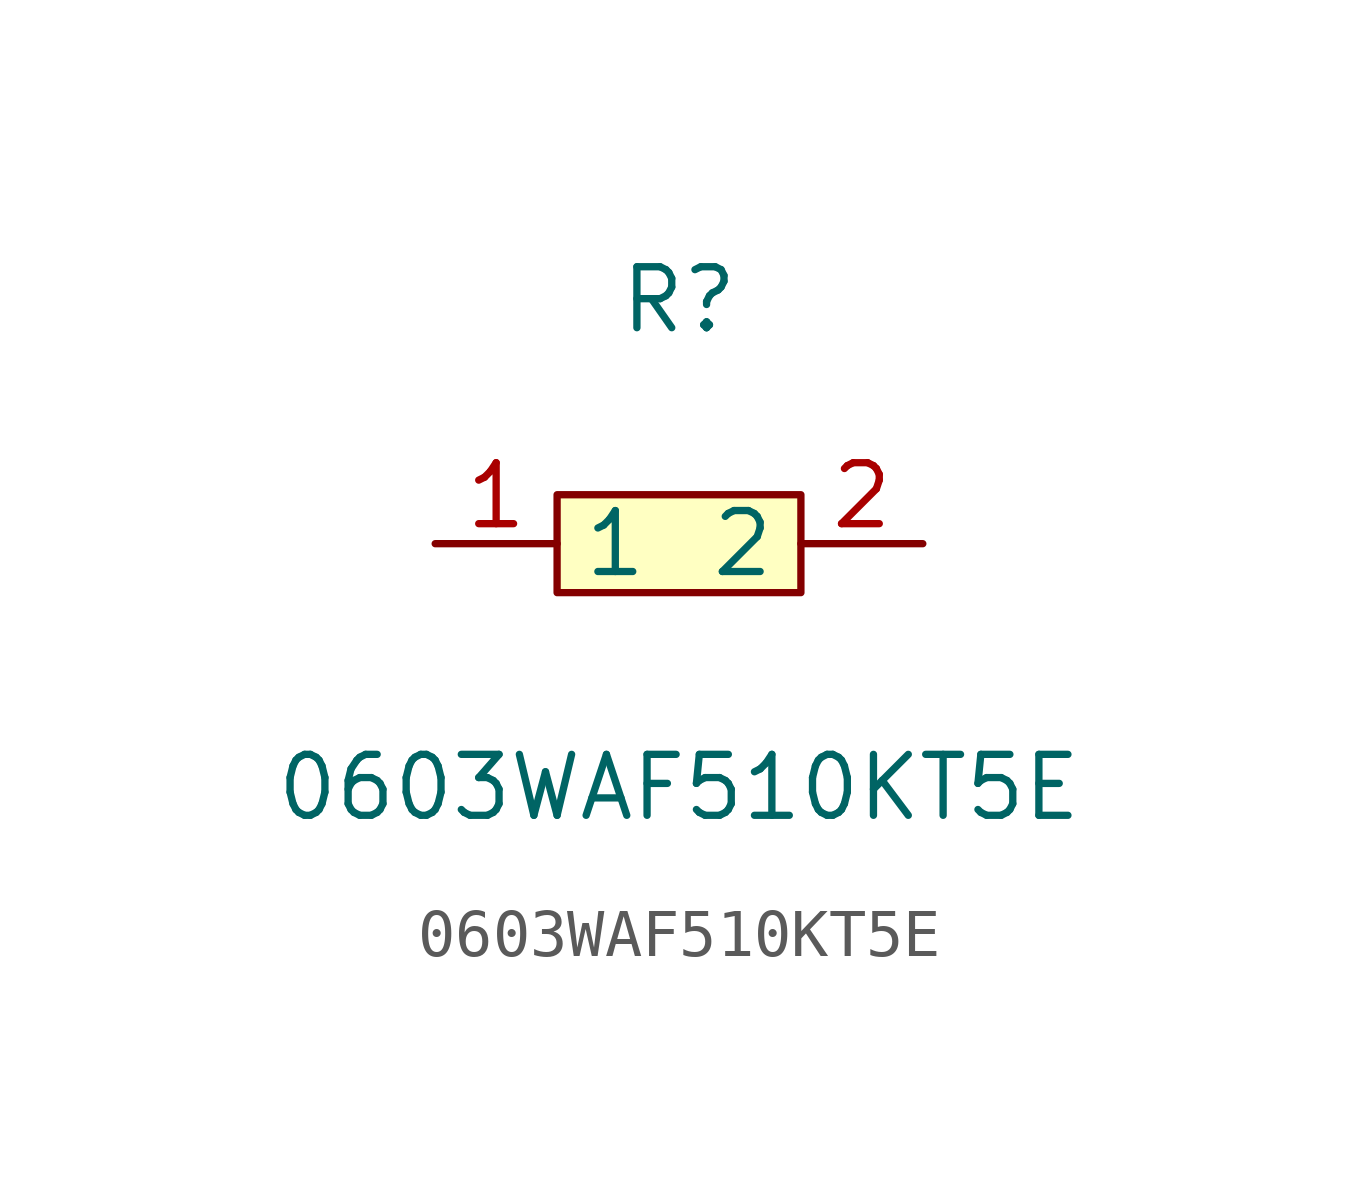
<source format=kicad_sym>
(kicad_symbol_lib
  (version 1)
  (generator "faebryk")
  (symbol "0603WAF510KT5E"
    (property "Reference" "R"
      (at 0 5.08 0)
      (effects (font (size 1.27 1.27)) (hide no)))
    (property "Value" "0603WAF510KT5E"
      (at 0 -5.08 0)
      (effects (font (size 1.27 1.27)) (hide no)))
    (symbol "0603WAF510KT5E_0_1"
      (rectangle (start -2.54 1.02) (end 2.54 -1.02) (stroke (width 0) (type default) (color 0 0 0 0)) (fill (type background)))
      (pin input line (at 5.08 0 180) (length 2.54) (name "2" (effects (font (size 1.27 1.27)) (hide no))) (number "2" (effects (font (size 1.27 1.27)) (hide no))))
      (pin input line (at -5.08 0 0) (length 2.54) (name "1" (effects (font (size 1.27 1.27)) (hide no))) (number "1" (effects (font (size 1.27 1.27)) (hide no)))))))
</source>
